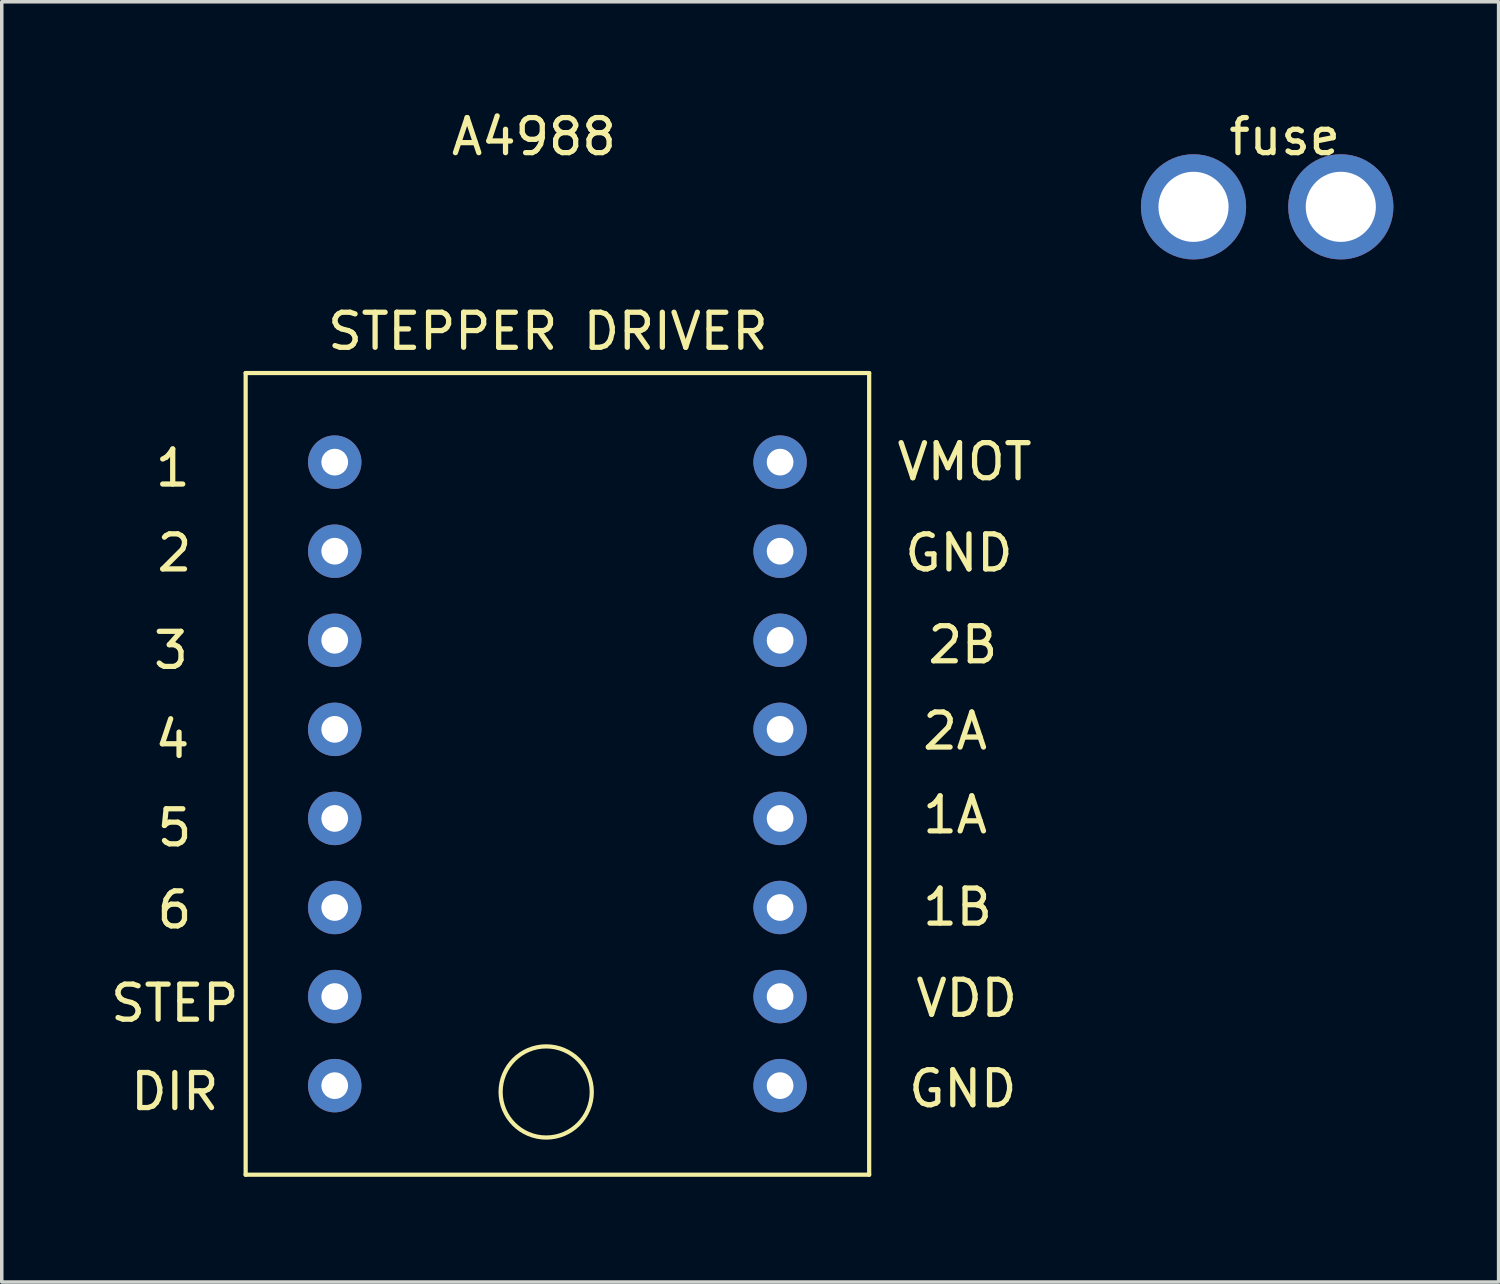
<source format=kicad_pcb>
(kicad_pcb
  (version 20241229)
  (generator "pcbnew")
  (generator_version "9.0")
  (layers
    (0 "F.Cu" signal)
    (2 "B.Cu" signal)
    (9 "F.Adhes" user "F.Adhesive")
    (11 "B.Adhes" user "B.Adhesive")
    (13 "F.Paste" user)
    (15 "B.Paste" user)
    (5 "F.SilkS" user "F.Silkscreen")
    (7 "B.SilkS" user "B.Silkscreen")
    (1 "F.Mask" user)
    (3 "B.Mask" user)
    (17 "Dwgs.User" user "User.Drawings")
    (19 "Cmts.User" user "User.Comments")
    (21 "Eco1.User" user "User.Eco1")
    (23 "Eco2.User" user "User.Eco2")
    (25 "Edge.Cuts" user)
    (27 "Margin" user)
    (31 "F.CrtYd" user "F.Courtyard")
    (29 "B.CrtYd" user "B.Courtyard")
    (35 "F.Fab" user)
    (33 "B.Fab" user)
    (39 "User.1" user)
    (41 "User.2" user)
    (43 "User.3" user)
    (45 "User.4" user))
  (footprint "A4988"
    (layer "F.Cu")
    (at 12.175 0.348)
    (property "Reference" "A4988" (at 0 0.5 0) (layer "F.SilkS") (effects (font (size 1 1) (thickness 0.15))))
    (attr through_hole)
    (fp_line (start -8.22 7.24) (end 9.56 7.24) (stroke (width 0.12) (type solid)) (layer "F.SilkS"))
    (fp_line (start -8.22 30.1) (end -8.22 7.24) (stroke (width 0.12) (type solid)) (layer "F.SilkS"))
    (fp_line (start 9.56 7.24) (end 9.56 30.1) (stroke (width 0.12) (type solid)) (layer "F.SilkS"))
    (fp_line (start 9.56 30.1) (end -8.22 30.1) (stroke (width 0.12) (type solid)) (layer "F.SilkS"))
    (fp_circle (center 0.35 27.74) (end 1.18 28.74) (stroke (width 0.12) (type solid)) (fill no) (layer "F.SilkS"))
    (fp_text user "1" (at -10.3 9.95 0) (layer "F.SilkS") (effects (font (size 1 1) (thickness 0.15))))
    (fp_text user "GND" (at 12.12 12.37 0) (layer "F.SilkS") (effects (font (size 1 1) (thickness 0.15))))
    (fp_text user "3" (at -10.35 15.15 0) (layer "F.SilkS") (effects (font (size 1 1) (thickness 0.15))))
    (fp_text user "DIR" (at -10.24 27.73 0) (layer "F.SilkS") (effects (font (size 1 1) (thickness 0.15))))
    (fp_text user "1A" (at 12.01 19.84 0) (layer "F.SilkS") (effects (font (size 1 1) (thickness 0.15))))
    (fp_text user "VDD" (at 12.34 25.07 0) (layer "F.SilkS") (effects (font (size 1 1) (thickness 0.15))))
    (fp_text user "2A" (at 12.01 17.45 0) (layer "F.SilkS") (effects (font (size 1 1) (thickness 0.15))))
    (fp_text user "6" (at -10.25 22.55 0) (layer "F.SilkS") (effects (font (size 1 1) (thickness 0.15))))
    (fp_text user "2" (at -10.25 12.37 0) (layer "F.SilkS") (effects (font (size 1 1) (thickness 0.15))))
    (fp_text user "STEPPER DRIVER" (at 0.4 6.05 0) (layer "F.SilkS") (effects (font (size 1 1) (thickness 0.15))))
    (fp_text user "GND" (at 12.23 27.65 0) (layer "F.SilkS") (effects (font (size 1 1) (thickness 0.15))))
    (fp_text user "1B" (at 12.08 22.47 0) (layer "F.SilkS") (effects (font (size 1 1) (thickness 0.15))))
    (fp_text user "STEP" (at -10.24 25.21 0) (layer "F.SilkS") (effects (font (size 1 1) (thickness 0.15))))
    (fp_text user "4" (at -10.31 17.69 0) (layer "F.SilkS") (effects (font (size 1 1) (thickness 0.15))))
    (fp_text user "VMOT" (at 12.28 9.77 0) (layer "F.SilkS") (effects (font (size 1 1) (thickness 0.15))))
    (fp_text user "2B" (at 12.23 14.99 0) (layer "F.SilkS") (effects (font (size 1 1) (thickness 0.15))))
    (fp_text user "5" (at -10.25 20.21 0) (layer "F.SilkS") (effects (font (size 1 1) (thickness 0.15))))
    (pad "1" thru_hole circle (at -5.68 9.78) (size 1.524 1.524) (drill 0.762) (layers "*.Cu" "*.Mask"))
    (pad "2" thru_hole circle (at -5.68 12.32) (size 1.524 1.524) (drill 0.762) (layers "*.Cu" "*.Mask"))
    (pad "3" thru_hole circle (at -5.68 14.86) (size 1.524 1.524) (drill 0.762) (layers "*.Cu" "*.Mask"))
    (pad "4" thru_hole circle (at -5.68 17.4) (size 1.524 1.524) (drill 0.762) (layers "*.Cu" "*.Mask"))
    (pad "5" thru_hole circle (at -5.68 19.94) (size 1.524 1.524) (drill 0.762) (layers "*.Cu" "*.Mask"))
    (pad "6" thru_hole circle (at -5.68 22.48) (size 1.524 1.524) (drill 0.762) (layers "*.Cu" "*.Mask"))
    (pad "7" thru_hole circle (at -5.68 25.02) (size 1.524 1.524) (drill 0.762) (layers "*.Cu" "*.Mask"))
    (pad "8" thru_hole circle (at -5.68 27.56) (size 1.524 1.524) (drill 0.762) (layers "*.Cu" "*.Mask"))
    (pad "9" thru_hole circle (at 7.02 9.78) (size 1.524 1.524) (drill 0.762) (layers "*.Cu" "*.Mask"))
    (pad "10" thru_hole circle (at 7.02 12.32) (size 1.524 1.524) (drill 0.762) (layers "*.Cu" "*.Mask"))
    (pad "11" thru_hole circle (at 7.02 14.86) (size 1.524 1.524) (drill 0.762) (layers "*.Cu" "*.Mask"))
    (pad "12" thru_hole circle (at 7.02 17.4) (size 1.524 1.524) (drill 0.762) (layers "*.Cu" "*.Mask"))
    (pad "13" thru_hole circle (at 7.02 19.94) (size 1.524 1.524) (drill 0.762) (layers "*.Cu" "*.Mask"))
    (pad "14" thru_hole circle (at 7.02 22.48) (size 1.524 1.524) (drill 0.762) (layers "*.Cu" "*.Mask"))
    (pad "15" thru_hole circle (at 7.02 25.02) (size 1.524 1.524) (drill 0.762) (layers "*.Cu" "*.Mask"))
    (pad "16" thru_hole circle (at 7.02 27.56) (size 1.524 1.524) (drill 0.762) (layers "*.Cu" "*.Mask")))
  (footprint "fuse"
    (layer "F.Cu")
    (at 33.084 2.848)
    (property "Reference" "fuse" (at 0.5 -2 0) (layer "F.SilkS") (effects (font (size 1 1) (thickness 0.15))))
    (attr through_hole)
    (pad "1" thru_hole circle (at -2.1 0) (size 3 3) (drill 2) (layers "*.Cu" "*.Mask"))
    (pad "2" thru_hole circle (at 2.1 0) (size 3 3) (drill 2) (layers "*.Cu" "*.Mask")))
  (gr_rect
    (start -3 -3)
    (end 39.684 33.508)
    (stroke (width 0.1) (type default))
    (fill no)
    (layer "Edge.Cuts")))
</source>
